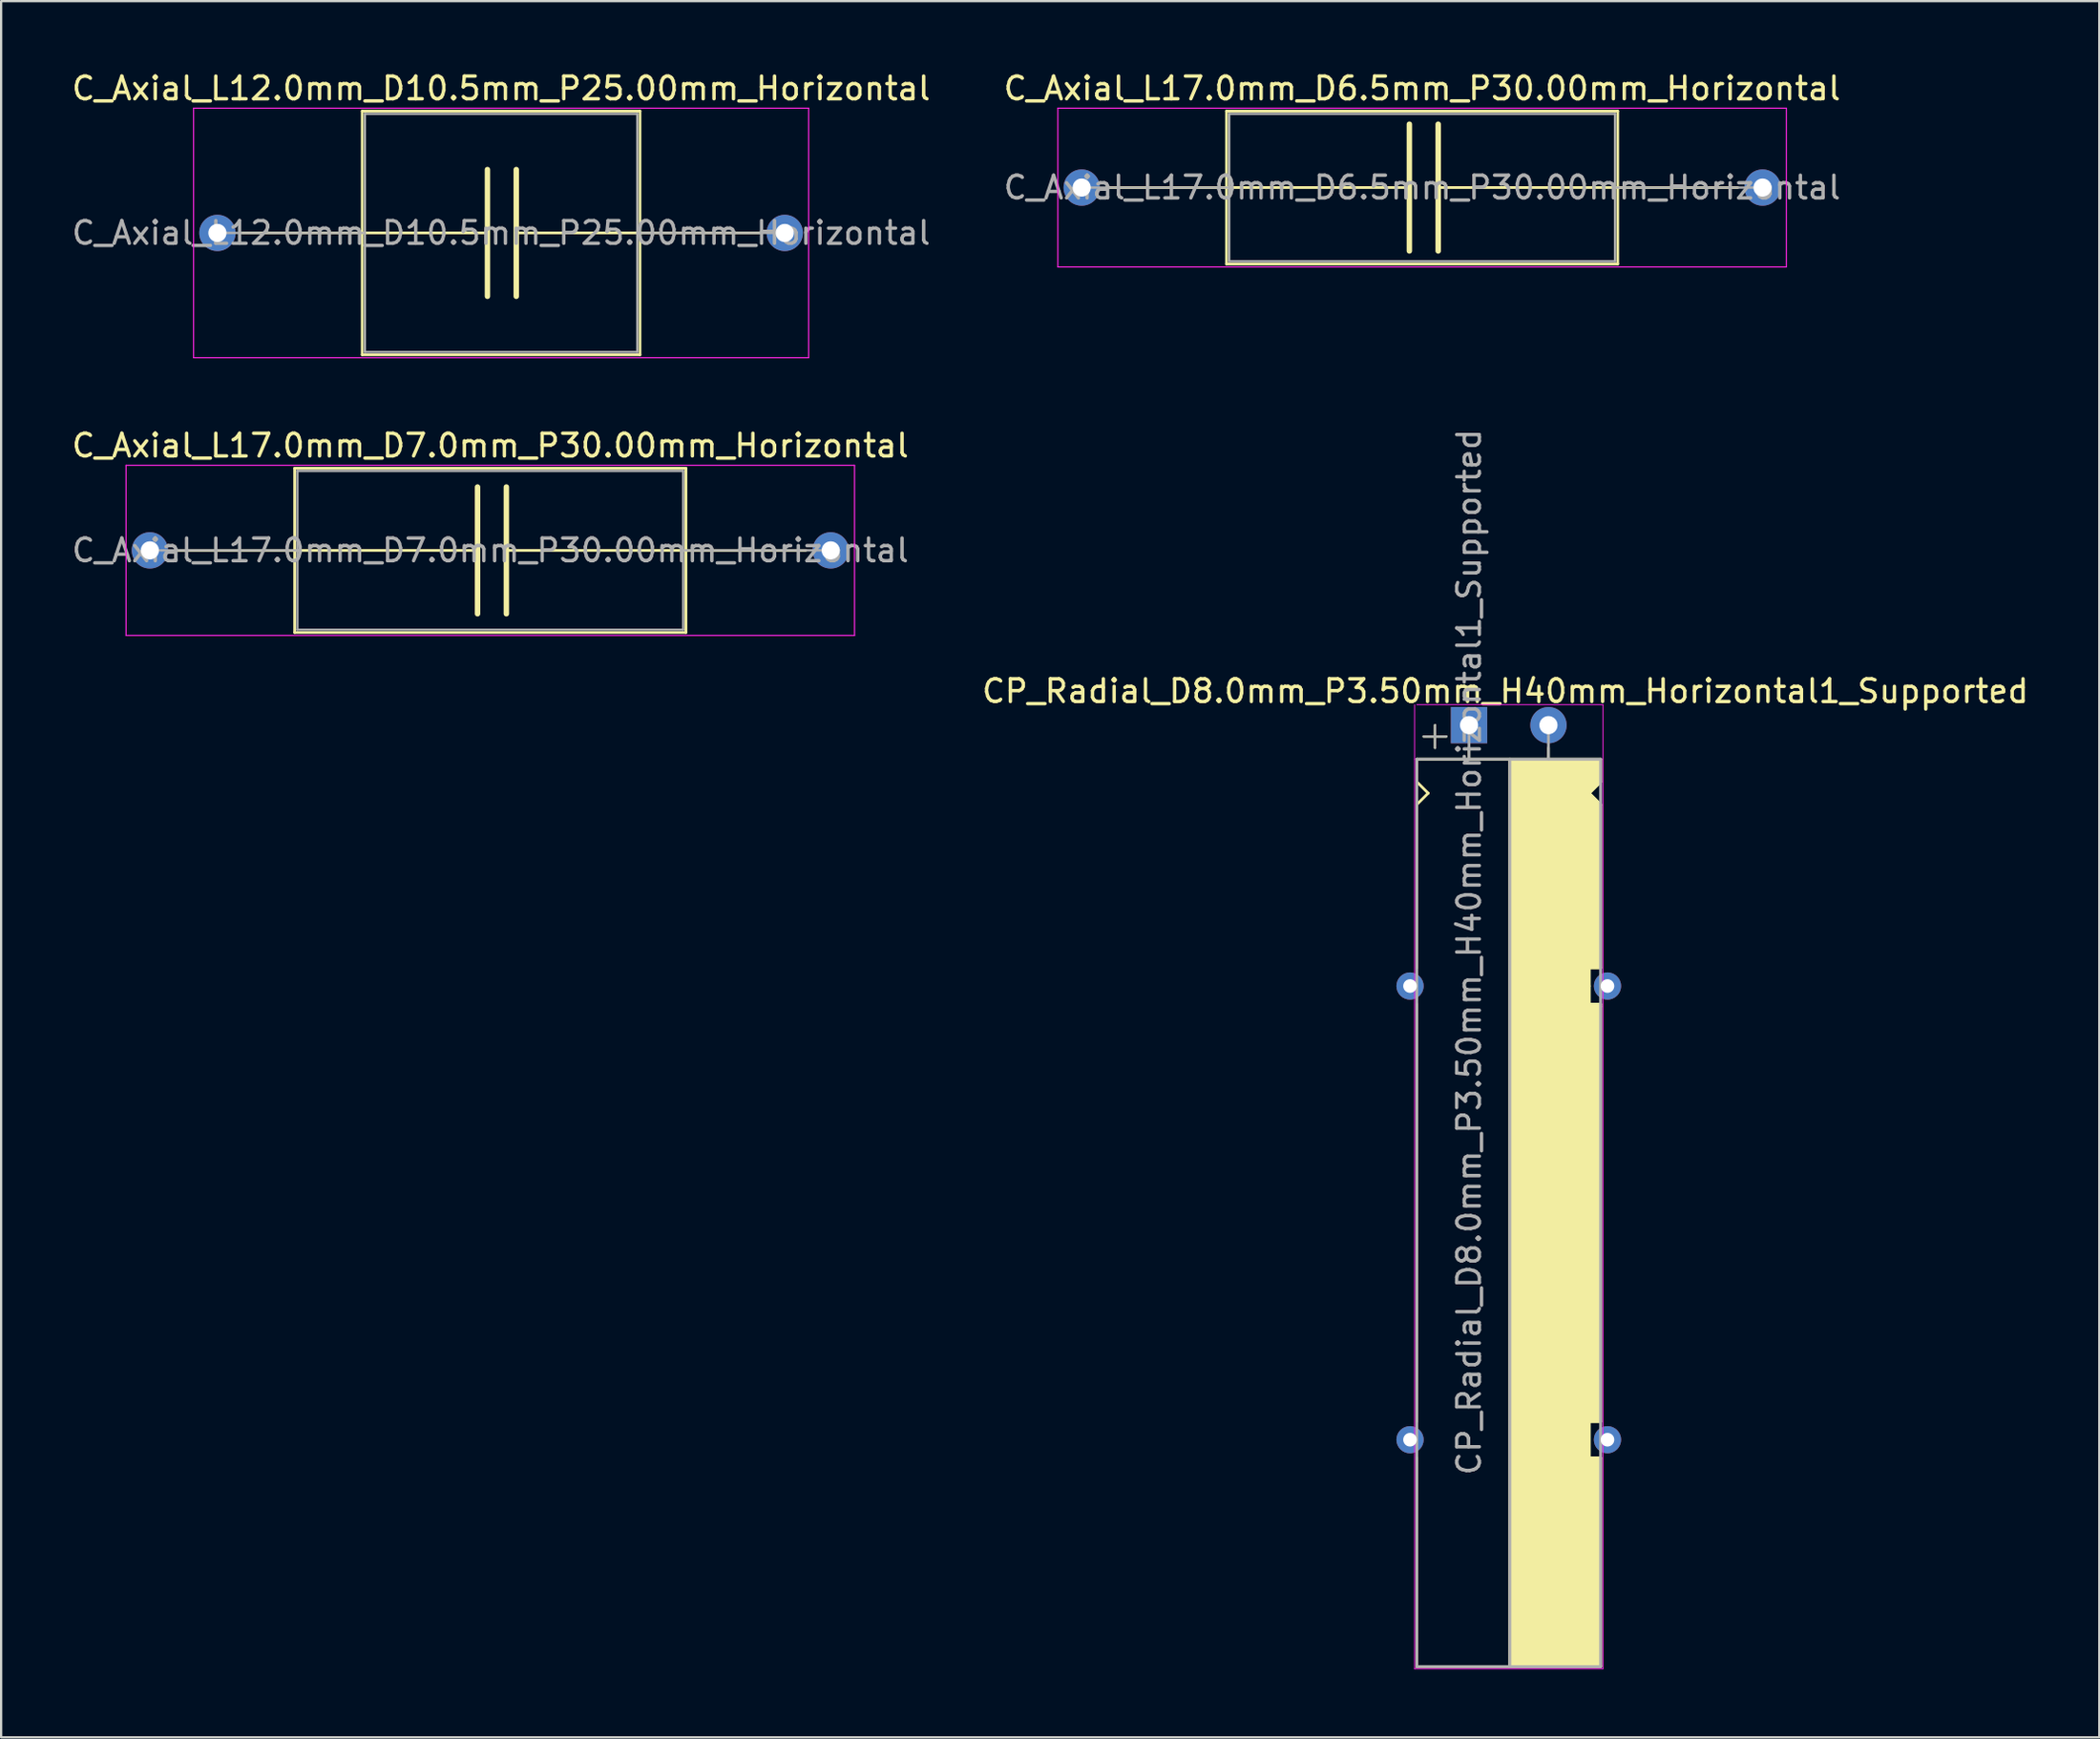
<source format=kicad_pcb>
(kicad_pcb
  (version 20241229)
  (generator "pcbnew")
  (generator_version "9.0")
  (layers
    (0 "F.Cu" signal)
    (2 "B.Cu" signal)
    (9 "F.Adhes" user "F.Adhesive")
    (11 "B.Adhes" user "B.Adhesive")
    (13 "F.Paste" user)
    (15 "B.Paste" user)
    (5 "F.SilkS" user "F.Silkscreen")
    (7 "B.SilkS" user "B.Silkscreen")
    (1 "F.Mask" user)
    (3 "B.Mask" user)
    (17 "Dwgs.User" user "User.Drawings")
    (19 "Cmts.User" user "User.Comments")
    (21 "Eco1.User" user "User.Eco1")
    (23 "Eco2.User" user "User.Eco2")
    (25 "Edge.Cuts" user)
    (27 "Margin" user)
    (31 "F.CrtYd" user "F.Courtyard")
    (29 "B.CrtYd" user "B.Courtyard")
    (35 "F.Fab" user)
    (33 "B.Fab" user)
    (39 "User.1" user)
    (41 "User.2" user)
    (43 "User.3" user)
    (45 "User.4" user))
  (footprint "C_Axial_L17.0mm_D7.0mm_P30.00mm_Horizontal"
    (layer "F.Cu")
    (at 3.554 21.212)
    (property "Reference" "C_Axial_L17.0mm_D7.0mm_P30.00mm_Horizontal" (at 15 -4.62 0) (layer "F.SilkS") (effects (font (size 1 1) (thickness 0.15))))
    (attr through_hole)
    (fp_line (start 1.1 0) (end 6.38 0) (stroke (width 0.12) (type solid)) (layer "F.SilkS"))
    (fp_line (start 6.38 -3.62) (end 6.38 3.62) (stroke (width 0.12) (type solid)) (layer "F.SilkS"))
    (fp_line (start 6.38 0) (end 14.438 0) (stroke (width 0.12) (type solid)) (layer "F.SilkS"))
    (fp_line (start 6.38 3.62) (end 23.62 3.62) (stroke (width 0.12) (type solid)) (layer "F.SilkS"))
    (fp_line (start 14.438 -2.794) (end 14.438 2.794) (stroke (width 0.24) (type solid)) (layer "F.SilkS"))
    (fp_line (start 15.708 2.794) (end 15.708 -2.794) (stroke (width 0.24) (type solid)) (layer "F.SilkS"))
    (fp_line (start 23.62 -3.62) (end 6.38 -3.62) (stroke (width 0.12) (type solid)) (layer "F.SilkS"))
    (fp_line (start 23.62 3.62) (end 23.62 -3.62) (stroke (width 0.12) (type solid)) (layer "F.SilkS"))
    (fp_line (start 23.622 0) (end 15.708 0) (stroke (width 0.12) (type solid)) (layer "F.SilkS"))
    (fp_line (start 28.9 0) (end 23.62 0) (stroke (width 0.12) (type solid)) (layer "F.SilkS"))
    (fp_line (start -1.05 -3.75) (end -1.05 3.75) (stroke (width 0.05) (type solid)) (layer "F.CrtYd"))
    (fp_line (start -1.05 3.75) (end 31.05 3.75) (stroke (width 0.05) (type solid)) (layer "F.CrtYd"))
    (fp_line (start 31.05 -3.75) (end -1.05 -3.75) (stroke (width 0.05) (type solid)) (layer "F.CrtYd"))
    (fp_line (start 31.05 3.75) (end 31.05 -3.75) (stroke (width 0.05) (type solid)) (layer "F.CrtYd"))
    (fp_line (start 0 0) (end 6.5 0) (stroke (width 0.1) (type solid)) (layer "F.Fab"))
    (fp_line (start 6.5 -3.5) (end 6.5 3.5) (stroke (width 0.1) (type solid)) (layer "F.Fab"))
    (fp_line (start 6.5 3.5) (end 23.5 3.5) (stroke (width 0.1) (type solid)) (layer "F.Fab"))
    (fp_line (start 23.5 -3.5) (end 6.5 -3.5) (stroke (width 0.1) (type solid)) (layer "F.Fab"))
    (fp_line (start 23.5 3.5) (end 23.5 -3.5) (stroke (width 0.1) (type solid)) (layer "F.Fab"))
    (fp_line (start 30 0) (end 23.5 0) (stroke (width 0.1) (type solid)) (layer "F.Fab"))
    (fp_text user "${REFERENCE}" (at 15 0 0) (layer "F.Fab") (effects (font (size 1 1) (thickness 0.15))))
    (pad "1" thru_hole circle (at 0 0) (size 1.6 1.6) (drill 0.8) (layers "*.Cu" "*.Mask"))
    (pad "2" thru_hole oval (at 30 0) (size 1.6 1.6) (drill 0.8) (layers "*.Cu" "*.Mask")))
  (footprint "C_Axial_L17.0mm_D6.5mm_P30.00mm_Horizontal"
    (layer "F.Cu")
    (at 44.613 5.218)
    (property "Reference" "C_Axial_L17.0mm_D6.5mm_P30.00mm_Horizontal" (at 15 -4.37 0) (layer "F.SilkS") (effects (font (size 1 1) (thickness 0.15))))
    (attr through_hole)
    (fp_line (start 1.1 0) (end 6.38 0) (stroke (width 0.12) (type solid)) (layer "F.SilkS"))
    (fp_line (start 6.38 -3.37) (end 6.38 3.37) (stroke (width 0.12) (type solid)) (layer "F.SilkS"))
    (fp_line (start 6.38 0) (end 14.438 0) (stroke (width 0.12) (type solid)) (layer "F.SilkS"))
    (fp_line (start 6.38 3.37) (end 23.62 3.37) (stroke (width 0.12) (type solid)) (layer "F.SilkS"))
    (fp_line (start 14.438 -2.794) (end 14.438 2.794) (stroke (width 0.24) (type solid)) (layer "F.SilkS"))
    (fp_line (start 15.708 2.794) (end 15.708 -2.794) (stroke (width 0.24) (type solid)) (layer "F.SilkS"))
    (fp_line (start 23.62 -3.37) (end 6.38 -3.37) (stroke (width 0.12) (type solid)) (layer "F.SilkS"))
    (fp_line (start 23.62 3.37) (end 23.62 -3.37) (stroke (width 0.12) (type solid)) (layer "F.SilkS"))
    (fp_line (start 23.622 0) (end 15.708 0) (stroke (width 0.12) (type solid)) (layer "F.SilkS"))
    (fp_line (start 28.9 0) (end 23.62 0) (stroke (width 0.12) (type solid)) (layer "F.SilkS"))
    (fp_line (start -1.05 -3.5) (end -1.05 3.5) (stroke (width 0.05) (type solid)) (layer "F.CrtYd"))
    (fp_line (start -1.05 3.5) (end 31.05 3.5) (stroke (width 0.05) (type solid)) (layer "F.CrtYd"))
    (fp_line (start 31.05 -3.5) (end -1.05 -3.5) (stroke (width 0.05) (type solid)) (layer "F.CrtYd"))
    (fp_line (start 31.05 3.5) (end 31.05 -3.5) (stroke (width 0.05) (type solid)) (layer "F.CrtYd"))
    (fp_line (start 0 0) (end 6.5 0) (stroke (width 0.1) (type solid)) (layer "F.Fab"))
    (fp_line (start 6.5 -3.25) (end 6.5 3.25) (stroke (width 0.1) (type solid)) (layer "F.Fab"))
    (fp_line (start 6.5 3.25) (end 23.5 3.25) (stroke (width 0.1) (type solid)) (layer "F.Fab"))
    (fp_line (start 23.5 -3.25) (end 6.5 -3.25) (stroke (width 0.1) (type solid)) (layer "F.Fab"))
    (fp_line (start 23.5 3.25) (end 23.5 -3.25) (stroke (width 0.1) (type solid)) (layer "F.Fab"))
    (fp_line (start 30 0) (end 23.5 0) (stroke (width 0.1) (type solid)) (layer "F.Fab"))
    (fp_text user "${REFERENCE}" (at 15 0 0) (layer "F.Fab") (effects (font (size 1 1) (thickness 0.15))))
    (pad "1" thru_hole circle (at 0 0) (size 1.6 1.6) (drill 0.8) (layers "*.Cu" "*.Mask"))
    (pad "2" thru_hole oval (at 30 0) (size 1.6 1.6) (drill 0.8) (layers "*.Cu" "*.Mask")))
  (footprint "CP_Radial_D8.0mm_P3.50mm_H40mm_Horizontal1_Supported"
    (layer "F.Cu")
    (at 61.68 28.916)
    (property "Reference" "CP_Radial_D8.0mm_P3.50mm_H40mm_Horizontal1_Supported" (at 1.6 -1.5 0) (layer "F.SilkS") (effects (font (size 1 1) (thickness 0.15))))
    (attr through_hole)
    (fp_line (start -2.3 1.5) (end 5.8 1.5) (stroke (width 0.12) (type solid)) (layer "F.SilkS"))
    (fp_line (start -2.3 2.5) (end -2.3 1.5) (stroke (width 0.12) (type solid)) (layer "F.SilkS"))
    (fp_line (start -2.3 3.5) (end -2.3 10.7) (stroke (width 0.12) (type solid)) (layer "F.SilkS"))
    (fp_line (start -2.3 3.5) (end -1.8 3) (stroke (width 0.12) (type solid)) (layer "F.SilkS"))
    (fp_line (start -2.3 12.3) (end -2.3 30.7) (stroke (width 0.12) (type solid)) (layer "F.SilkS"))
    (fp_line (start -2.3 32.3) (end -2.3 41.5) (stroke (width 0.12) (type solid)) (layer "F.SilkS"))
    (fp_line (start -2.3 41.5) (end 5.8 41.5) (stroke (width 0.12) (type solid)) (layer "F.SilkS"))
    (fp_line (start -2 0.5) (end -1 0.5) (stroke (width 0.1) (type solid)) (layer "F.SilkS"))
    (fp_line (start -1.8 3) (end -2.3 2.5) (stroke (width 0.12) (type solid)) (layer "F.SilkS"))
    (fp_line (start -1.5 1) (end -1.5 0) (stroke (width 0.1) (type solid)) (layer "F.SilkS"))
    (fp_line (start 0 1) (end 0 1.5) (stroke (width 0.12) (type solid)) (layer "F.SilkS"))
    (fp_line (start 1.8 41.5) (end 1.8 1.5) (stroke (width 0.12) (type solid)) (layer "F.SilkS"))
    (fp_line (start 3.5 1) (end 3.5 1.5) (stroke (width 0.12) (type solid)) (layer "F.SilkS"))
    (fp_line (start 5.3 3) (end 5.8 2.5) (stroke (width 0.12) (type solid)) (layer "F.SilkS"))
    (fp_line (start 5.3 10.7) (end 5.8 10.7) (stroke (width 0.12) (type solid)) (layer "F.SilkS"))
    (fp_line (start 5.3 11.5) (end 5.3 10.7) (stroke (width 0.12) (type solid)) (layer "F.SilkS"))
    (fp_line (start 5.3 11.5) (end 5.3 12.3) (stroke (width 0.12) (type solid)) (layer "F.SilkS"))
    (fp_line (start 5.3 30.7) (end 5.3 32.3) (stroke (width 0.12) (type solid)) (layer "F.SilkS"))
    (fp_line (start 5.3 30.7) (end 5.8 30.7) (stroke (width 0.12) (type solid)) (layer "F.SilkS"))
    (fp_line (start 5.3 32.3) (end 5.8 32.3) (stroke (width 0.12) (type solid)) (layer "F.SilkS"))
    (fp_line (start 5.8 2.5) (end 5.8 1.5) (stroke (width 0.12) (type solid)) (layer "F.SilkS"))
    (fp_line (start 5.8 3.5) (end 5.3 3) (stroke (width 0.12) (type solid)) (layer "F.SilkS"))
    (fp_line (start 5.8 10.7) (end 5.8 3.5) (stroke (width 0.12) (type solid)) (layer "F.SilkS"))
    (fp_line (start 5.8 12.3) (end 5.3 12.3) (stroke (width 0.12) (type solid)) (layer "F.SilkS"))
    (fp_line (start 5.8 12.4) (end 5.8 12.3) (stroke (width 0.12) (type solid)) (layer "F.SilkS"))
    (fp_line (start 5.8 12.4) (end 5.8 30.7) (stroke (width 0.12) (type solid)) (layer "F.SilkS"))
    (fp_line (start 5.8 32.3) (end 5.8 41.5) (stroke (width 0.12) (type solid)) (layer "F.SilkS"))
    (fp_poly (pts (xy 5.8 2.5) (xy 5.3 3) (xy 5.8 3.5) (xy 5.8 10.7) (xy 5.3 10.7) (xy 5.3 12.3) (xy 5.8 12.3) (xy 5.8 30.7) (xy 5.3 30.7) (xy 5.3 32.3) (xy 5.8 32.3) (xy 5.8 41.5) (xy 1.8 41.5) (xy 1.8 1.5) (xy 5.8 1.5)) (stroke (width 0.1) (type solid)) (fill yes) (layer "F.SilkS"))
    (fp_line (start -2.4 1.5) (end -2.4 -0.9) (stroke (width 0.04) (type solid)) (layer "F.CrtYd"))
    (fp_line (start -2.4 41.6) (end -2.4 1.5) (stroke (width 0.04) (type solid)) (layer "F.CrtYd"))
    (fp_line (start -2.3 -0.9) (end 5.9 -0.9) (stroke (width 0.04) (type solid)) (layer "F.CrtYd"))
    (fp_line (start 5.9 -0.9) (end 5.9 41.6) (stroke (width 0.04) (type solid)) (layer "F.CrtYd"))
    (fp_line (start 5.9 41.6) (end -2.4 41.6) (stroke (width 0.04) (type solid)) (layer "F.CrtYd"))
    (fp_line (start -2.3 1.5) (end 5.8 1.5) (stroke (width 0.12) (type solid)) (layer "F.Fab"))
    (fp_line (start -2.3 41.5) (end -2.3 1.5) (stroke (width 0.12) (type solid)) (layer "F.Fab"))
    (fp_line (start -2 0.5) (end -1 0.5) (stroke (width 0.1) (type solid)) (layer "F.Fab"))
    (fp_line (start -1.5 1) (end -1.5 0) (stroke (width 0.1) (type solid)) (layer "F.Fab"))
    (fp_line (start 0 1.5) (end 0 0) (stroke (width 0.12) (type solid)) (layer "F.Fab"))
    (fp_line (start 1.8 1.5) (end 1.8 41.5) (stroke (width 0.12) (type solid)) (layer "F.Fab"))
    (fp_line (start 3.5 1.5) (end 3.5 0) (stroke (width 0.12) (type solid)) (layer "F.Fab"))
    (fp_line (start 5.8 1.5) (end 5.8 41.5) (stroke (width 0.12) (type solid)) (layer "F.Fab"))
    (fp_line (start 5.8 41.5) (end -2.3 41.5) (stroke (width 0.12) (type solid)) (layer "F.Fab"))
    (fp_poly (pts (xy 5.8 41.5) (xy 1.8 41.5) (xy 1.8 1.5) (xy 5.8 1.5)) (stroke (width 0.1) (type solid)) (fill no) (layer "F.Fab"))
    (fp_text user "${REFERENCE}" (at 0 10 90) (layer "F.Fab") (effects (font (size 1 1) (thickness 0.15))))
    (pad "" thru_hole circle (at -2.6 11.5) (size 1.2 1.2) (drill 0.6) (layers "*.Cu" "*.Mask"))
    (pad "" thru_hole circle (at -2.6 31.5) (size 1.2 1.2) (drill 0.6) (layers "*.Cu" "*.Mask"))
    (pad "" thru_hole circle (at 6.1 11.5) (size 1.2 1.2) (drill 0.6) (layers "*.Cu" "*.Mask"))
    (pad "" thru_hole circle (at 6.1 31.5) (size 1.2 1.2) (drill 0.6) (layers "*.Cu" "*.Mask"))
    (pad "1" thru_hole rect (at 0 0) (size 1.6 1.6) (drill 0.8) (layers "*.Cu" "*.Mask"))
    (pad "2" thru_hole circle (at 3.5 0) (size 1.6 1.6) (drill 0.8) (layers "*.Cu" "*.Mask")))
  (footprint "C_Axial_L12.0mm_D10.5mm_P25.00mm_Horizontal"
    (layer "F.Cu")
    (at 6.53 7.218)
    (property "Reference" "C_Axial_L12.0mm_D10.5mm_P25.00mm_Horizontal" (at 12.5 -6.37 0) (layer "F.SilkS") (effects (font (size 1 1) (thickness 0.15))))
    (attr through_hole)
    (fp_line (start 1.1 0) (end 6.38 0) (stroke (width 0.12) (type solid)) (layer "F.SilkS"))
    (fp_line (start 6.38 -5.37) (end 6.38 5.37) (stroke (width 0.12) (type solid)) (layer "F.SilkS"))
    (fp_line (start 6.38 0) (end 11.898 0) (stroke (width 0.12) (type solid)) (layer "F.SilkS"))
    (fp_line (start 6.38 5.37) (end 18.62 5.37) (stroke (width 0.12) (type solid)) (layer "F.SilkS"))
    (fp_line (start 11.898 -2.794) (end 11.898 2.794) (stroke (width 0.24) (type solid)) (layer "F.SilkS"))
    (fp_line (start 13.168 2.794) (end 13.168 -2.794) (stroke (width 0.24) (type solid)) (layer "F.SilkS"))
    (fp_line (start 18.62 -5.37) (end 6.38 -5.37) (stroke (width 0.12) (type solid)) (layer "F.SilkS"))
    (fp_line (start 18.62 0) (end 13.168 0) (stroke (width 0.12) (type solid)) (layer "F.SilkS"))
    (fp_line (start 18.62 5.37) (end 18.62 -5.37) (stroke (width 0.12) (type solid)) (layer "F.SilkS"))
    (fp_line (start 23.9 0) (end 18.62 0) (stroke (width 0.12) (type solid)) (layer "F.SilkS"))
    (fp_line (start -1.05 -5.5) (end -1.05 5.5) (stroke (width 0.05) (type solid)) (layer "F.CrtYd"))
    (fp_line (start -1.05 5.5) (end 26.05 5.5) (stroke (width 0.05) (type solid)) (layer "F.CrtYd"))
    (fp_line (start 26.05 -5.5) (end -1.05 -5.5) (stroke (width 0.05) (type solid)) (layer "F.CrtYd"))
    (fp_line (start 26.05 5.5) (end 26.05 -5.5) (stroke (width 0.05) (type solid)) (layer "F.CrtYd"))
    (fp_line (start 0 0) (end 6.5 0) (stroke (width 0.1) (type solid)) (layer "F.Fab"))
    (fp_line (start 6.5 -5.25) (end 6.5 5.25) (stroke (width 0.1) (type solid)) (layer "F.Fab"))
    (fp_line (start 6.5 5.25) (end 18.5 5.25) (stroke (width 0.1) (type solid)) (layer "F.Fab"))
    (fp_line (start 18.5 -5.25) (end 6.5 -5.25) (stroke (width 0.1) (type solid)) (layer "F.Fab"))
    (fp_line (start 18.5 5.25) (end 18.5 -5.25) (stroke (width 0.1) (type solid)) (layer "F.Fab"))
    (fp_line (start 25 0) (end 18.5 0) (stroke (width 0.1) (type solid)) (layer "F.Fab"))
    (fp_text user "${REFERENCE}" (at 12.5 0 0) (layer "F.Fab") (effects (font (size 1 1) (thickness 0.15))))
    (pad "1" thru_hole circle (at 0 0) (size 1.6 1.6) (drill 0.8) (layers "*.Cu" "*.Mask"))
    (pad "2" thru_hole oval (at 25 0) (size 1.6 1.6) (drill 0.8) (layers "*.Cu" "*.Mask")))
  (gr_rect
    (start -3 -3)
    (end 89.452 73.536)
    (stroke (width 0.1) (type default))
    (fill no)
    (layer "Edge.Cuts")))
</source>
